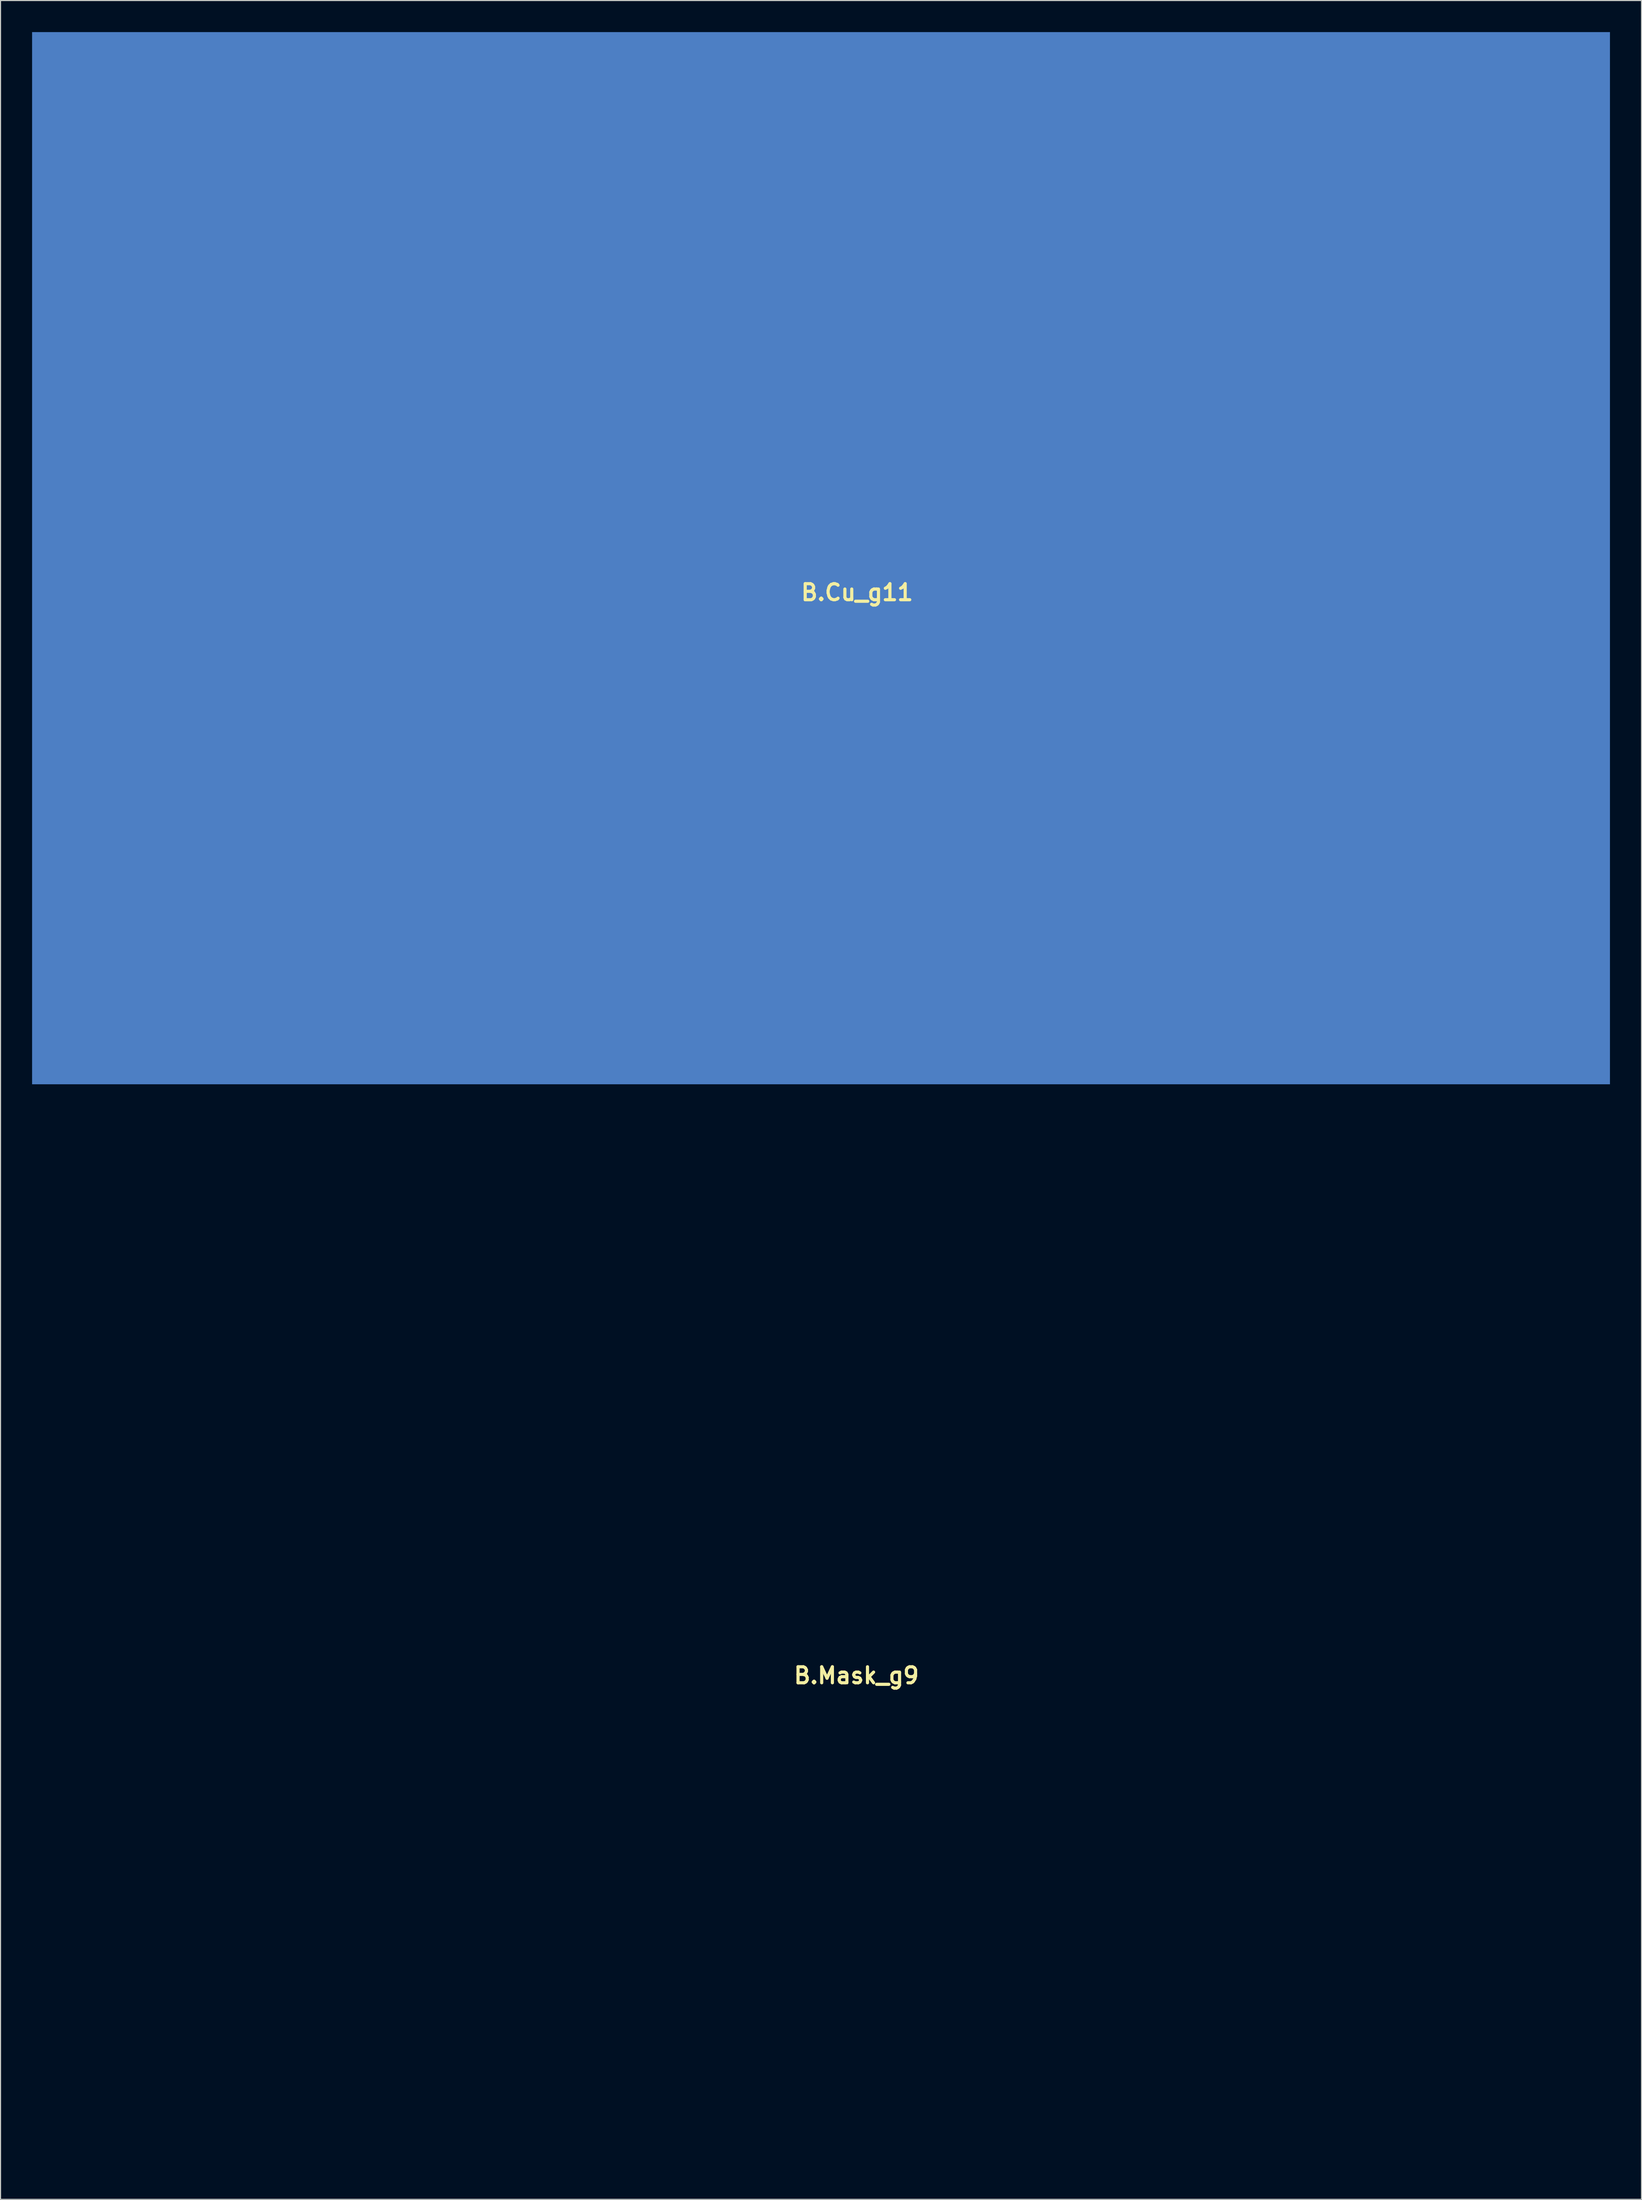
<source format=kicad_pcb>
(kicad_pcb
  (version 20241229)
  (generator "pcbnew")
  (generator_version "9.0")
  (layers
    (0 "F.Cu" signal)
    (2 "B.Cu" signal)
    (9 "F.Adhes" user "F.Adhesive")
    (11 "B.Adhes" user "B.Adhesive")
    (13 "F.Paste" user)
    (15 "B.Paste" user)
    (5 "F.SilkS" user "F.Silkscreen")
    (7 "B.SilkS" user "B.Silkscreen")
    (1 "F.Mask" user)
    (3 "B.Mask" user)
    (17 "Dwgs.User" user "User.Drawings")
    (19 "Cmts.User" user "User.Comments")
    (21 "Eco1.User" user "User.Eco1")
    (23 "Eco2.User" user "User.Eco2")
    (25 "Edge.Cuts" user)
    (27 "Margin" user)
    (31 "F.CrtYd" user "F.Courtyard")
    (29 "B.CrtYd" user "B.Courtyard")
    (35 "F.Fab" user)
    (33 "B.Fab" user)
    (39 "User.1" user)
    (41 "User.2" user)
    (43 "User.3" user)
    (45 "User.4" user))
  (footprint "B.Cu_g11"
    (layer "F.Cu")
    (at 78.449 53.282)
    (property "Reference" "B.Cu_g11" (at 0 0 0) (layer "F.SilkS") (effects (font (size 1.524 1.524) (thickness 0.3))))
    (attr through_hole)
    (fp_poly (pts (xy 71.586 46.757) (xy -78.444 46.757) (xy -78.444 -53.276) (xy 71.586 -53.276) (xy 71.586 46.757)) (stroke (width 0.01) (type solid)) (fill yes) (layer "B.Cu")))
  (footprint "B.Mask_g9"
    (layer "F.Cu")
    (at 78.385 156.262)
    (property "Reference" "B.Mask_g9" (at 0 0 0) (layer "F.SilkS") (effects (font (size 1.524 1.524) (thickness 0.3))))
    (attr through_hole)
    (fp_poly (pts (xy 71.628 46.8) (xy -78.38 46.8) (xy -78.38 -53.213) (xy 71.628 -53.213) (xy 71.628 46.8)) (stroke (width 0.01) (type solid)) (fill yes) (layer "B.Mask")))
  (gr_rect
    (start -3 -3)
    (end 153.039 206.066)
    (stroke (width 0.1) (type default))
    (fill no)
    (layer "Edge.Cuts")))
</source>
